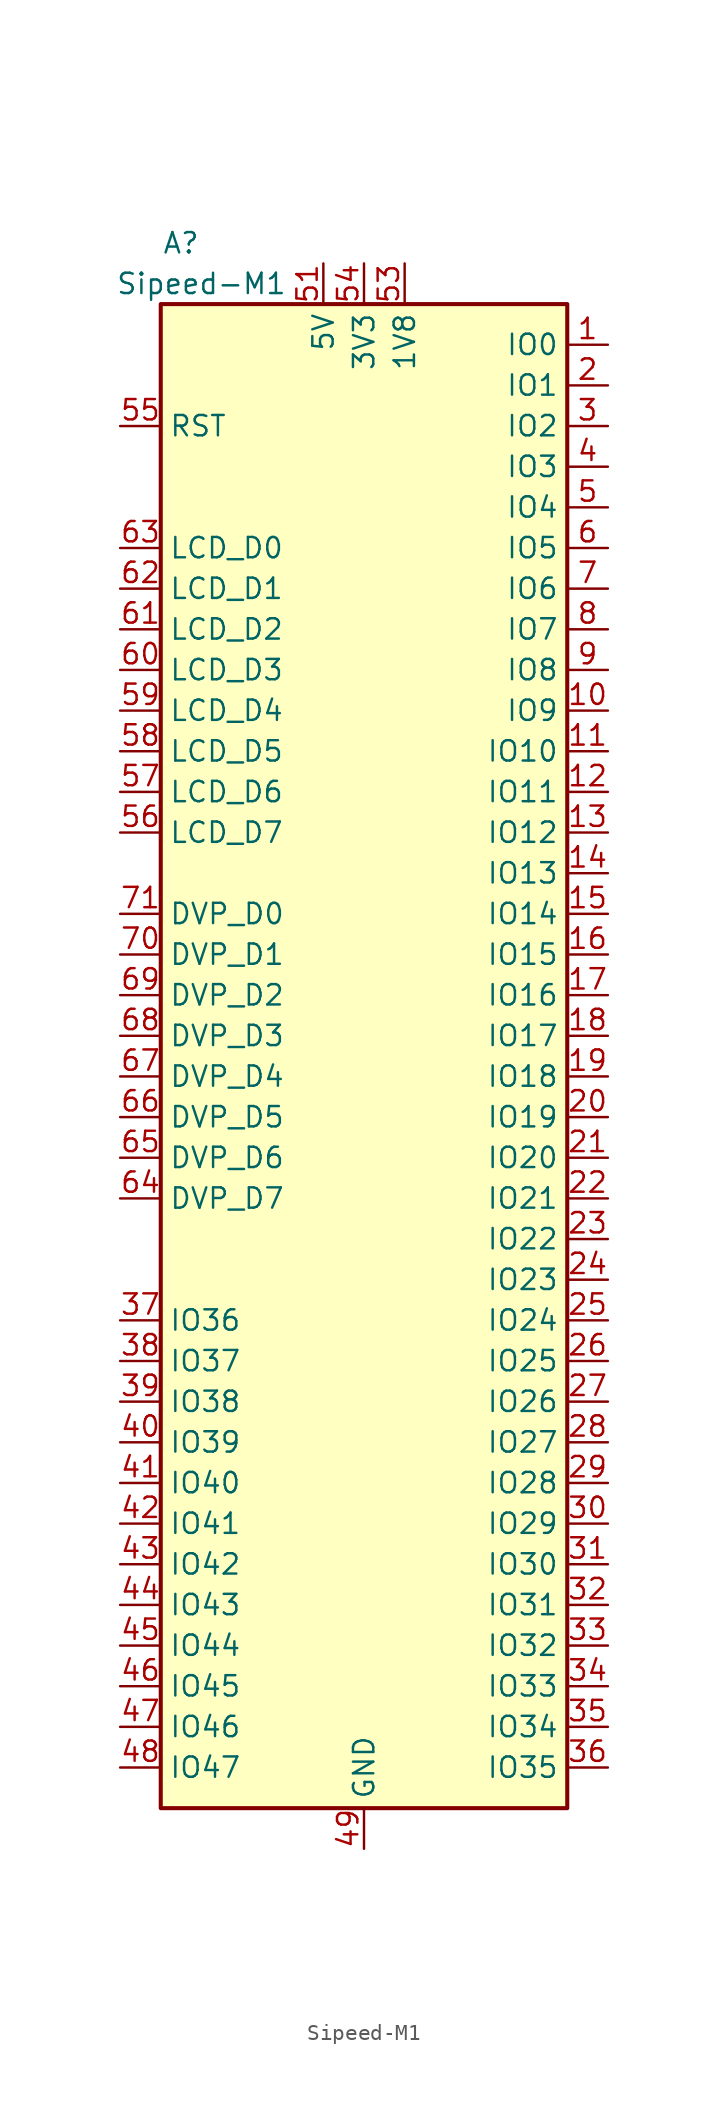
<source format=kicad_sym>
(kicad_symbol_lib
  (version 20231120)
  (generator "kicad_symbol_editor")
  (generator_version "8.0")
  (symbol "Sipeed-M1"
    (property "Reference" "A"
      (at -11.43 52.07 0)
      (effects (font (size 1.27 1.27))))
    (property "Value" "Sipeed-M1"
      (at -10.16 49.53 0)
      (effects (font (size 1.27 1.27))))
    (symbol "Sipeed-M1_0_1"
      (rectangle (start 12.7 -45.72) (end -12.7 48.26) (stroke (width 0.254) (type default)) (fill (type background))))
    (symbol "Sipeed-M1_1_1"
      (pin bidirectional line (at 15.24 45.72 180) (length 2.54) (name "IO0" (effects (font (size 1.27 1.27)))) (number "1" (effects (font (size 1.27 1.27)))))
      (pin bidirectional line (at 15.24 22.86 180) (length 2.54) (name "IO9" (effects (font (size 1.27 1.27)))) (number "10" (effects (font (size 1.27 1.27)))))
      (pin bidirectional line (at 15.24 20.32 180) (length 2.54) (name "IO10" (effects (font (size 1.27 1.27)))) (number "11" (effects (font (size 1.27 1.27)))))
      (pin bidirectional line (at 15.24 17.78 180) (length 2.54) (name "IO11" (effects (font (size 1.27 1.27)))) (number "12" (effects (font (size 1.27 1.27)))))
      (pin bidirectional line (at 15.24 15.24 180) (length 2.54) (name "IO12" (effects (font (size 1.27 1.27)))) (number "13" (effects (font (size 1.27 1.27)))))
      (pin bidirectional line (at 15.24 12.7 180) (length 2.54) (name "IO13" (effects (font (size 1.27 1.27)))) (number "14" (effects (font (size 1.27 1.27)))))
      (pin bidirectional line (at 15.24 10.16 180) (length 2.54) (name "IO14" (effects (font (size 1.27 1.27)))) (number "15" (effects (font (size 1.27 1.27)))))
      (pin bidirectional line (at 15.24 7.62 180) (length 2.54) (name "IO15" (effects (font (size 1.27 1.27)))) (number "16" (effects (font (size 1.27 1.27)))))
      (pin bidirectional line (at 15.24 5.08 180) (length 2.54) (name "IO16" (effects (font (size 1.27 1.27)))) (number "17" (effects (font (size 1.27 1.27)))))
      (pin bidirectional line (at 15.24 2.54 180) (length 2.54) (name "IO17" (effects (font (size 1.27 1.27)))) (number "18" (effects (font (size 1.27 1.27)))))
      (pin bidirectional line (at 15.24 0 180) (length 2.54) (name "IO18" (effects (font (size 1.27 1.27)))) (number "19" (effects (font (size 1.27 1.27)))))
      (pin bidirectional line (at 15.24 43.18 180) (length 2.54) (name "IO1" (effects (font (size 1.27 1.27)))) (number "2" (effects (font (size 1.27 1.27)))))
      (pin bidirectional line (at 15.24 -2.54 180) (length 2.54) (name "IO19" (effects (font (size 1.27 1.27)))) (number "20" (effects (font (size 1.27 1.27)))))
      (pin bidirectional line (at 15.24 -5.08 180) (length 2.54) (name "IO20" (effects (font (size 1.27 1.27)))) (number "21" (effects (font (size 1.27 1.27)))))
      (pin bidirectional line (at 15.24 -7.62 180) (length 2.54) (name "IO21" (effects (font (size 1.27 1.27)))) (number "22" (effects (font (size 1.27 1.27)))))
      (pin bidirectional line (at 15.24 -10.16 180) (length 2.54) (name "IO22" (effects (font (size 1.27 1.27)))) (number "23" (effects (font (size 1.27 1.27)))))
      (pin bidirectional line (at 15.24 -12.7 180) (length 2.54) (name "IO23" (effects (font (size 1.27 1.27)))) (number "24" (effects (font (size 1.27 1.27)))))
      (pin bidirectional line (at 15.24 -15.24 180) (length 2.54) (name "IO24" (effects (font (size 1.27 1.27)))) (number "25" (effects (font (size 1.27 1.27)))))
      (pin bidirectional line (at 15.24 -17.78 180) (length 2.54) (name "IO25" (effects (font (size 1.27 1.27)))) (number "26" (effects (font (size 1.27 1.27)))))
      (pin bidirectional line (at 15.24 -20.32 180) (length 2.54) (name "IO26" (effects (font (size 1.27 1.27)))) (number "27" (effects (font (size 1.27 1.27)))))
      (pin bidirectional line (at 15.24 -22.86 180) (length 2.54) (name "IO27" (effects (font (size 1.27 1.27)))) (number "28" (effects (font (size 1.27 1.27)))))
      (pin bidirectional line (at 15.24 -25.4 180) (length 2.54) (name "IO28" (effects (font (size 1.27 1.27)))) (number "29" (effects (font (size 1.27 1.27)))))
      (pin bidirectional line (at 15.24 40.64 180) (length 2.54) (name "IO2" (effects (font (size 1.27 1.27)))) (number "3" (effects (font (size 1.27 1.27)))))
      (pin bidirectional line (at 15.24 -27.94 180) (length 2.54) (name "IO29" (effects (font (size 1.27 1.27)))) (number "30" (effects (font (size 1.27 1.27)))))
      (pin bidirectional line (at 15.24 -30.48 180) (length 2.54) (name "IO30" (effects (font (size 1.27 1.27)))) (number "31" (effects (font (size 1.27 1.27)))))
      (pin bidirectional line (at 15.24 -33.02 180) (length 2.54) (name "IO31" (effects (font (size 1.27 1.27)))) (number "32" (effects (font (size 1.27 1.27)))))
      (pin bidirectional line (at 15.24 -35.56 180) (length 2.54) (name "IO32" (effects (font (size 1.27 1.27)))) (number "33" (effects (font (size 1.27 1.27)))))
      (pin bidirectional line (at 15.24 -38.1 180) (length 2.54) (name "IO33" (effects (font (size 1.27 1.27)))) (number "34" (effects (font (size 1.27 1.27)))))
      (pin bidirectional line (at 15.24 -40.64 180) (length 2.54) (name "IO34" (effects (font (size 1.27 1.27)))) (number "35" (effects (font (size 1.27 1.27)))))
      (pin bidirectional line (at 15.24 -43.18 180) (length 2.54) (name "IO35" (effects (font (size 1.27 1.27)))) (number "36" (effects (font (size 1.27 1.27)))))
      (pin bidirectional line (at -15.24 -15.24 0) (length 2.54) (name "IO36" (effects (font (size 1.27 1.27)))) (number "37" (effects (font (size 1.27 1.27)))))
      (pin bidirectional line (at -15.24 -17.78 0) (length 2.54) (name "IO37" (effects (font (size 1.27 1.27)))) (number "38" (effects (font (size 1.27 1.27)))))
      (pin bidirectional line (at -15.24 -20.32 0) (length 2.54) (name "IO38" (effects (font (size 1.27 1.27)))) (number "39" (effects (font (size 1.27 1.27)))))
      (pin bidirectional line (at 15.24 38.1 180) (length 2.54) (name "IO3" (effects (font (size 1.27 1.27)))) (number "4" (effects (font (size 1.27 1.27)))))
      (pin bidirectional line (at -15.24 -22.86 0) (length 2.54) (name "IO39" (effects (font (size 1.27 1.27)))) (number "40" (effects (font (size 1.27 1.27)))))
      (pin bidirectional line (at -15.24 -25.4 0) (length 2.54) (name "IO40" (effects (font (size 1.27 1.27)))) (number "41" (effects (font (size 1.27 1.27)))))
      (pin bidirectional line (at -15.24 -27.94 0) (length 2.54) (name "IO41" (effects (font (size 1.27 1.27)))) (number "42" (effects (font (size 1.27 1.27)))))
      (pin bidirectional line (at -15.24 -30.48 0) (length 2.54) (name "IO42" (effects (font (size 1.27 1.27)))) (number "43" (effects (font (size 1.27 1.27)))))
      (pin bidirectional line (at -15.24 -33.02 0) (length 2.54) (name "IO43" (effects (font (size 1.27 1.27)))) (number "44" (effects (font (size 1.27 1.27)))))
      (pin bidirectional line (at -15.24 -35.56 0) (length 2.54) (name "IO44" (effects (font (size 1.27 1.27)))) (number "45" (effects (font (size 1.27 1.27)))))
      (pin bidirectional line (at -15.24 -38.1 0) (length 2.54) (name "IO45" (effects (font (size 1.27 1.27)))) (number "46" (effects (font (size 1.27 1.27)))))
      (pin bidirectional line (at -15.24 -40.64 0) (length 2.54) (name "IO46" (effects (font (size 1.27 1.27)))) (number "47" (effects (font (size 1.27 1.27)))))
      (pin bidirectional line (at -15.24 -43.18 0) (length 2.54) (name "IO47" (effects (font (size 1.27 1.27)))) (number "48" (effects (font (size 1.27 1.27)))))
      (pin power_in line (at 0 -48.26 90) (length 2.54) (name "GND" (effects (font (size 1.27 1.27)))) (number "49" (effects (font (size 1.27 1.27)))))
      (pin bidirectional line (at 15.24 35.56 180) (length 2.54) (name "IO4" (effects (font (size 1.27 1.27)))) (number "5" (effects (font (size 1.27 1.27)))))
      (pin passive line (at 0 -48.26 90) (length 2.54) hide (name "GND" (effects (font (size 1.27 1.27)))) (number "50" (effects (font (size 1.27 1.27)))))
      (pin power_in line (at -2.54 50.8 270) (length 2.54) (name "5V" (effects (font (size 1.27 1.27)))) (number "51" (effects (font (size 1.27 1.27)))))
      (pin passive line (at -2.54 50.8 270) (length 2.54) hide (name "5V" (effects (font (size 1.27 1.27)))) (number "52" (effects (font (size 1.27 1.27)))))
      (pin power_out line (at 2.54 50.8 270) (length 2.54) (name "1V8" (effects (font (size 1.27 1.27)))) (number "53" (effects (font (size 1.27 1.27)))))
      (pin power_out line (at 0 50.8 270) (length 2.54) (name "3V3" (effects (font (size 1.27 1.27)))) (number "54" (effects (font (size 1.27 1.27)))))
      (pin input line (at -15.24 40.64 0) (length 2.54) (name "RST" (effects (font (size 1.27 1.27)))) (number "55" (effects (font (size 1.27 1.27)))))
      (pin bidirectional line (at -15.24 15.24 0) (length 2.54) (name "LCD_D7" (effects (font (size 1.27 1.27)))) (number "56" (effects (font (size 1.27 1.27)))))
      (pin bidirectional line (at -15.24 17.78 0) (length 2.54) (name "LCD_D6" (effects (font (size 1.27 1.27)))) (number "57" (effects (font (size 1.27 1.27)))))
      (pin bidirectional line (at -15.24 20.32 0) (length 2.54) (name "LCD_D5" (effects (font (size 1.27 1.27)))) (number "58" (effects (font (size 1.27 1.27)))))
      (pin bidirectional line (at -15.24 22.86 0) (length 2.54) (name "LCD_D4" (effects (font (size 1.27 1.27)))) (number "59" (effects (font (size 1.27 1.27)))))
      (pin bidirectional line (at 15.24 33.02 180) (length 2.54) (name "IO5" (effects (font (size 1.27 1.27)))) (number "6" (effects (font (size 1.27 1.27)))))
      (pin bidirectional line (at -15.24 25.4 0) (length 2.54) (name "LCD_D3" (effects (font (size 1.27 1.27)))) (number "60" (effects (font (size 1.27 1.27)))))
      (pin bidirectional line (at -15.24 27.94 0) (length 2.54) (name "LCD_D2" (effects (font (size 1.27 1.27)))) (number "61" (effects (font (size 1.27 1.27)))))
      (pin bidirectional line (at -15.24 30.48 0) (length 2.54) (name "LCD_D1" (effects (font (size 1.27 1.27)))) (number "62" (effects (font (size 1.27 1.27)))))
      (pin bidirectional line (at -15.24 33.02 0) (length 2.54) (name "LCD_D0" (effects (font (size 1.27 1.27)))) (number "63" (effects (font (size 1.27 1.27)))))
      (pin bidirectional line (at -15.24 -7.62 0) (length 2.54) (name "DVP_D7" (effects (font (size 1.27 1.27)))) (number "64" (effects (font (size 1.27 1.27)))))
      (pin bidirectional line (at -15.24 -5.08 0) (length 2.54) (name "DVP_D6" (effects (font (size 1.27 1.27)))) (number "65" (effects (font (size 1.27 1.27)))))
      (pin bidirectional line (at -15.24 -2.54 0) (length 2.54) (name "DVP_D5" (effects (font (size 1.27 1.27)))) (number "66" (effects (font (size 1.27 1.27)))))
      (pin bidirectional line (at -15.24 0 0) (length 2.54) (name "DVP_D4" (effects (font (size 1.27 1.27)))) (number "67" (effects (font (size 1.27 1.27)))))
      (pin bidirectional line (at -15.24 2.54 0) (length 2.54) (name "DVP_D3" (effects (font (size 1.27 1.27)))) (number "68" (effects (font (size 1.27 1.27)))))
      (pin bidirectional line (at -15.24 5.08 0) (length 2.54) (name "DVP_D2" (effects (font (size 1.27 1.27)))) (number "69" (effects (font (size 1.27 1.27)))))
      (pin bidirectional line (at 15.24 30.48 180) (length 2.54) (name "IO6" (effects (font (size 1.27 1.27)))) (number "7" (effects (font (size 1.27 1.27)))))
      (pin bidirectional line (at -15.24 7.62 0) (length 2.54) (name "DVP_D1" (effects (font (size 1.27 1.27)))) (number "70" (effects (font (size 1.27 1.27)))))
      (pin bidirectional line (at -15.24 10.16 0) (length 2.54) (name "DVP_D0" (effects (font (size 1.27 1.27)))) (number "71" (effects (font (size 1.27 1.27)))))
      (pin passive line (at 0 -48.26 90) (length 2.54) hide (name "GND" (effects (font (size 1.27 1.27)))) (number "72" (effects (font (size 1.27 1.27)))))
      (pin passive line (at 0 -48.26 90) (length 2.54) hide (name "GND" (effects (font (size 1.27 1.27)))) (number "73" (effects (font (size 1.27 1.27)))))
      (pin passive line (at 0 -48.26 90) (length 2.54) hide (name "GND" (effects (font (size 1.27 1.27)))) (number "74" (effects (font (size 1.27 1.27)))))
      (pin passive line (at 0 -48.26 90) (length 2.54) hide (name "GND" (effects (font (size 1.27 1.27)))) (number "75" (effects (font (size 1.27 1.27)))))
      (pin passive line (at 0 -48.26 90) (length 2.54) hide (name "GND" (effects (font (size 1.27 1.27)))) (number "76" (effects (font (size 1.27 1.27)))))
      (pin passive line (at 0 -48.26 90) (length 2.54) hide (name "GND" (effects (font (size 1.27 1.27)))) (number "77" (effects (font (size 1.27 1.27)))))
      (pin bidirectional line (at 15.24 27.94 180) (length 2.54) (name "IO7" (effects (font (size 1.27 1.27)))) (number "8" (effects (font (size 1.27 1.27)))))
      (pin bidirectional line (at 15.24 25.4 180) (length 2.54) (name "IO8" (effects (font (size 1.27 1.27)))) (number "9" (effects (font (size 1.27 1.27))))))))
</source>
